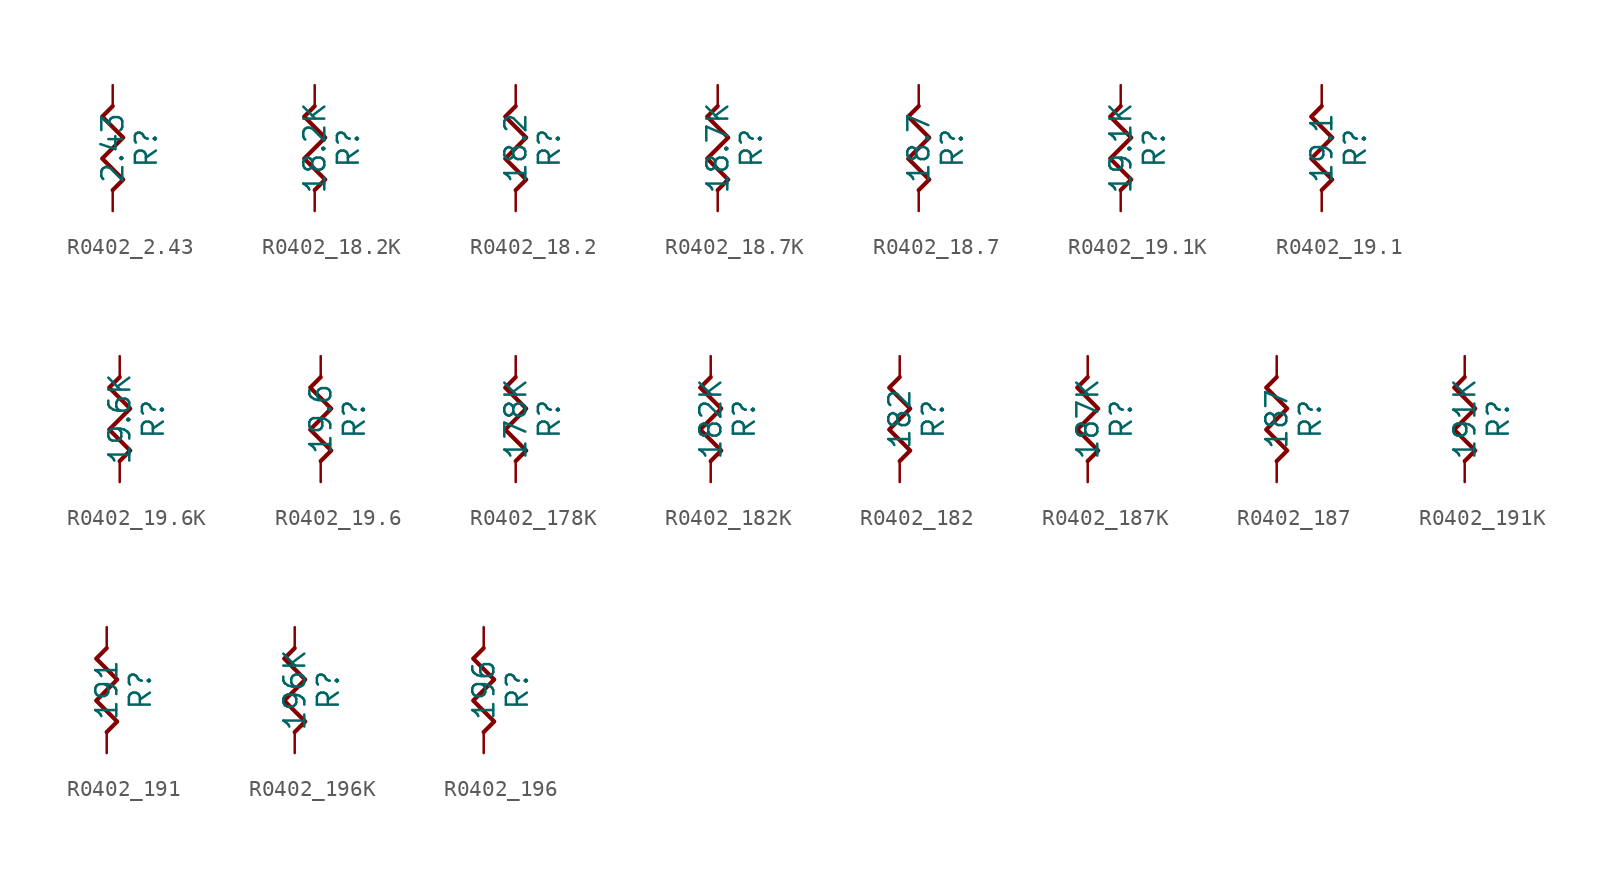
<source format=kicad_sym>
(kicad_symbol_lib
  (version 20211014)
  (generator atlantix-eda)
  (symbol "R0402_2.43"
    (pin_numbers hide)
    (pin_names
      (offset 0))
    (property "Reference" "R"
      (at 2.032 0 90)
      (effects (font (size 1.27 1.27))))
    (property "Value" "2.43"
      (at 0 0 90)
      (effects (font (size 1.27 1.27))))
    (symbol "R0402_2.43_0_1"
      (polyline (pts (xy 0 -2.54) (xy 0.635 -1.905) (xy -0.635 -0.635) (xy 0.635 0.635) (xy -0.635 1.905) (xy 0 2.54)) (stroke (width 0.254) (type default) (color 0 0 0 0)) (fill (type none))))
    (symbol "R0402_2.43_1_1"
      (pin passive line (at 0 3.81 270) (length 1.27) (name "~" (effects (font (size 1.27 1.27)))) (number "1" (effects (font (size 1.27 1.27)))))
      (pin passive line (at 0 -3.81 90) (length 1.27) (name "~" (effects (font (size 1.27 1.27)))) (number "2" (effects (font (size 1.27 1.27)))))))
  (symbol "R0402_18.2K"
    (pin_numbers hide)
    (pin_names
      (offset 0))
    (property "Reference" "R"
      (at 2.032 0 90)
      (effects (font (size 1.27 1.27))))
    (property "Value" "18.2K"
      (at 0 0 90)
      (effects (font (size 1.27 1.27))))
    (symbol "R0402_18.2K_0_1"
      (polyline (pts (xy 0 -2.54) (xy 0.635 -1.905) (xy -0.635 -0.635) (xy 0.635 0.635) (xy -0.635 1.905) (xy 0 2.54)) (stroke (width 0.254) (type default) (color 0 0 0 0)) (fill (type none))))
    (symbol "R0402_18.2K_1_1"
      (pin passive line (at 0 3.81 270) (length 1.27) (name "~" (effects (font (size 1.27 1.27)))) (number "1" (effects (font (size 1.27 1.27)))))
      (pin passive line (at 0 -3.81 90) (length 1.27) (name "~" (effects (font (size 1.27 1.27)))) (number "2" (effects (font (size 1.27 1.27)))))))
  (symbol "R0402_18.2"
    (pin_numbers hide)
    (pin_names
      (offset 0))
    (property "Reference" "R"
      (at 2.032 0 90)
      (effects (font (size 1.27 1.27))))
    (property "Value" "18.2"
      (at 0 0 90)
      (effects (font (size 1.27 1.27))))
    (symbol "R0402_18.2_0_1"
      (polyline (pts (xy 0 -2.54) (xy 0.635 -1.905) (xy -0.635 -0.635) (xy 0.635 0.635) (xy -0.635 1.905) (xy 0 2.54)) (stroke (width 0.254) (type default) (color 0 0 0 0)) (fill (type none))))
    (symbol "R0402_18.2_1_1"
      (pin passive line (at 0 3.81 270) (length 1.27) (name "~" (effects (font (size 1.27 1.27)))) (number "1" (effects (font (size 1.27 1.27)))))
      (pin passive line (at 0 -3.81 90) (length 1.27) (name "~" (effects (font (size 1.27 1.27)))) (number "2" (effects (font (size 1.27 1.27)))))))
  (symbol "R0402_18.7K"
    (pin_numbers hide)
    (pin_names
      (offset 0))
    (property "Reference" "R"
      (at 2.032 0 90)
      (effects (font (size 1.27 1.27))))
    (property "Value" "18.7K"
      (at 0 0 90)
      (effects (font (size 1.27 1.27))))
    (symbol "R0402_18.7K_0_1"
      (polyline (pts (xy 0 -2.54) (xy 0.635 -1.905) (xy -0.635 -0.635) (xy 0.635 0.635) (xy -0.635 1.905) (xy 0 2.54)) (stroke (width 0.254) (type default) (color 0 0 0 0)) (fill (type none))))
    (symbol "R0402_18.7K_1_1"
      (pin passive line (at 0 3.81 270) (length 1.27) (name "~" (effects (font (size 1.27 1.27)))) (number "1" (effects (font (size 1.27 1.27)))))
      (pin passive line (at 0 -3.81 90) (length 1.27) (name "~" (effects (font (size 1.27 1.27)))) (number "2" (effects (font (size 1.27 1.27)))))))
  (symbol "R0402_18.7"
    (pin_numbers hide)
    (pin_names
      (offset 0))
    (property "Reference" "R"
      (at 2.032 0 90)
      (effects (font (size 1.27 1.27))))
    (property "Value" "18.7"
      (at 0 0 90)
      (effects (font (size 1.27 1.27))))
    (symbol "R0402_18.7_0_1"
      (polyline (pts (xy 0 -2.54) (xy 0.635 -1.905) (xy -0.635 -0.635) (xy 0.635 0.635) (xy -0.635 1.905) (xy 0 2.54)) (stroke (width 0.254) (type default) (color 0 0 0 0)) (fill (type none))))
    (symbol "R0402_18.7_1_1"
      (pin passive line (at 0 3.81 270) (length 1.27) (name "~" (effects (font (size 1.27 1.27)))) (number "1" (effects (font (size 1.27 1.27)))))
      (pin passive line (at 0 -3.81 90) (length 1.27) (name "~" (effects (font (size 1.27 1.27)))) (number "2" (effects (font (size 1.27 1.27)))))))
  (symbol "R0402_19.1K"
    (pin_numbers hide)
    (pin_names
      (offset 0))
    (property "Reference" "R"
      (at 2.032 0 90)
      (effects (font (size 1.27 1.27))))
    (property "Value" "19.1K"
      (at 0 0 90)
      (effects (font (size 1.27 1.27))))
    (symbol "R0402_19.1K_0_1"
      (polyline (pts (xy 0 -2.54) (xy 0.635 -1.905) (xy -0.635 -0.635) (xy 0.635 0.635) (xy -0.635 1.905) (xy 0 2.54)) (stroke (width 0.254) (type default) (color 0 0 0 0)) (fill (type none))))
    (symbol "R0402_19.1K_1_1"
      (pin passive line (at 0 3.81 270) (length 1.27) (name "~" (effects (font (size 1.27 1.27)))) (number "1" (effects (font (size 1.27 1.27)))))
      (pin passive line (at 0 -3.81 90) (length 1.27) (name "~" (effects (font (size 1.27 1.27)))) (number "2" (effects (font (size 1.27 1.27)))))))
  (symbol "R0402_19.1"
    (pin_numbers hide)
    (pin_names
      (offset 0))
    (property "Reference" "R"
      (at 2.032 0 90)
      (effects (font (size 1.27 1.27))))
    (property "Value" "19.1"
      (at 0 0 90)
      (effects (font (size 1.27 1.27))))
    (symbol "R0402_19.1_0_1"
      (polyline (pts (xy 0 -2.54) (xy 0.635 -1.905) (xy -0.635 -0.635) (xy 0.635 0.635) (xy -0.635 1.905) (xy 0 2.54)) (stroke (width 0.254) (type default) (color 0 0 0 0)) (fill (type none))))
    (symbol "R0402_19.1_1_1"
      (pin passive line (at 0 3.81 270) (length 1.27) (name "~" (effects (font (size 1.27 1.27)))) (number "1" (effects (font (size 1.27 1.27)))))
      (pin passive line (at 0 -3.81 90) (length 1.27) (name "~" (effects (font (size 1.27 1.27)))) (number "2" (effects (font (size 1.27 1.27)))))))
  (symbol "R0402_19.6K"
    (pin_numbers hide)
    (pin_names
      (offset 0))
    (property "Reference" "R"
      (at 2.032 0 90)
      (effects (font (size 1.27 1.27))))
    (property "Value" "19.6K"
      (at 0 0 90)
      (effects (font (size 1.27 1.27))))
    (symbol "R0402_19.6K_0_1"
      (polyline (pts (xy 0 -2.54) (xy 0.635 -1.905) (xy -0.635 -0.635) (xy 0.635 0.635) (xy -0.635 1.905) (xy 0 2.54)) (stroke (width 0.254) (type default) (color 0 0 0 0)) (fill (type none))))
    (symbol "R0402_19.6K_1_1"
      (pin passive line (at 0 3.81 270) (length 1.27) (name "~" (effects (font (size 1.27 1.27)))) (number "1" (effects (font (size 1.27 1.27)))))
      (pin passive line (at 0 -3.81 90) (length 1.27) (name "~" (effects (font (size 1.27 1.27)))) (number "2" (effects (font (size 1.27 1.27)))))))
  (symbol "R0402_19.6"
    (pin_numbers hide)
    (pin_names
      (offset 0))
    (property "Reference" "R"
      (at 2.032 0 90)
      (effects (font (size 1.27 1.27))))
    (property "Value" "19.6"
      (at 0 0 90)
      (effects (font (size 1.27 1.27))))
    (symbol "R0402_19.6_0_1"
      (polyline (pts (xy 0 -2.54) (xy 0.635 -1.905) (xy -0.635 -0.635) (xy 0.635 0.635) (xy -0.635 1.905) (xy 0 2.54)) (stroke (width 0.254) (type default) (color 0 0 0 0)) (fill (type none))))
    (symbol "R0402_19.6_1_1"
      (pin passive line (at 0 3.81 270) (length 1.27) (name "~" (effects (font (size 1.27 1.27)))) (number "1" (effects (font (size 1.27 1.27)))))
      (pin passive line (at 0 -3.81 90) (length 1.27) (name "~" (effects (font (size 1.27 1.27)))) (number "2" (effects (font (size 1.27 1.27)))))))
  (symbol "R0402_178K"
    (pin_numbers hide)
    (pin_names
      (offset 0))
    (property "Reference" "R"
      (at 2.032 0 90)
      (effects (font (size 1.27 1.27))))
    (property "Value" "178K"
      (at 0 0 90)
      (effects (font (size 1.27 1.27))))
    (symbol "R0402_178K_0_1"
      (polyline (pts (xy 0 -2.54) (xy 0.635 -1.905) (xy -0.635 -0.635) (xy 0.635 0.635) (xy -0.635 1.905) (xy 0 2.54)) (stroke (width 0.254) (type default) (color 0 0 0 0)) (fill (type none))))
    (symbol "R0402_178K_1_1"
      (pin passive line (at 0 3.81 270) (length 1.27) (name "~" (effects (font (size 1.27 1.27)))) (number "1" (effects (font (size 1.27 1.27)))))
      (pin passive line (at 0 -3.81 90) (length 1.27) (name "~" (effects (font (size 1.27 1.27)))) (number "2" (effects (font (size 1.27 1.27)))))))
  (symbol "R0402_182K"
    (pin_numbers hide)
    (pin_names
      (offset 0))
    (property "Reference" "R"
      (at 2.032 0 90)
      (effects (font (size 1.27 1.27))))
    (property "Value" "182K"
      (at 0 0 90)
      (effects (font (size 1.27 1.27))))
    (symbol "R0402_182K_0_1"
      (polyline (pts (xy 0 -2.54) (xy 0.635 -1.905) (xy -0.635 -0.635) (xy 0.635 0.635) (xy -0.635 1.905) (xy 0 2.54)) (stroke (width 0.254) (type default) (color 0 0 0 0)) (fill (type none))))
    (symbol "R0402_182K_1_1"
      (pin passive line (at 0 3.81 270) (length 1.27) (name "~" (effects (font (size 1.27 1.27)))) (number "1" (effects (font (size 1.27 1.27)))))
      (pin passive line (at 0 -3.81 90) (length 1.27) (name "~" (effects (font (size 1.27 1.27)))) (number "2" (effects (font (size 1.27 1.27)))))))
  (symbol "R0402_182"
    (pin_numbers hide)
    (pin_names
      (offset 0))
    (property "Reference" "R"
      (at 2.032 0 90)
      (effects (font (size 1.27 1.27))))
    (property "Value" "182"
      (at 0 0 90)
      (effects (font (size 1.27 1.27))))
    (symbol "R0402_182_0_1"
      (polyline (pts (xy 0 -2.54) (xy 0.635 -1.905) (xy -0.635 -0.635) (xy 0.635 0.635) (xy -0.635 1.905) (xy 0 2.54)) (stroke (width 0.254) (type default) (color 0 0 0 0)) (fill (type none))))
    (symbol "R0402_182_1_1"
      (pin passive line (at 0 3.81 270) (length 1.27) (name "~" (effects (font (size 1.27 1.27)))) (number "1" (effects (font (size 1.27 1.27)))))
      (pin passive line (at 0 -3.81 90) (length 1.27) (name "~" (effects (font (size 1.27 1.27)))) (number "2" (effects (font (size 1.27 1.27)))))))
  (symbol "R0402_187K"
    (pin_numbers hide)
    (pin_names
      (offset 0))
    (property "Reference" "R"
      (at 2.032 0 90)
      (effects (font (size 1.27 1.27))))
    (property "Value" "187K"
      (at 0 0 90)
      (effects (font (size 1.27 1.27))))
    (symbol "R0402_187K_0_1"
      (polyline (pts (xy 0 -2.54) (xy 0.635 -1.905) (xy -0.635 -0.635) (xy 0.635 0.635) (xy -0.635 1.905) (xy 0 2.54)) (stroke (width 0.254) (type default) (color 0 0 0 0)) (fill (type none))))
    (symbol "R0402_187K_1_1"
      (pin passive line (at 0 3.81 270) (length 1.27) (name "~" (effects (font (size 1.27 1.27)))) (number "1" (effects (font (size 1.27 1.27)))))
      (pin passive line (at 0 -3.81 90) (length 1.27) (name "~" (effects (font (size 1.27 1.27)))) (number "2" (effects (font (size 1.27 1.27)))))))
  (symbol "R0402_187"
    (pin_numbers hide)
    (pin_names
      (offset 0))
    (property "Reference" "R"
      (at 2.032 0 90)
      (effects (font (size 1.27 1.27))))
    (property "Value" "187"
      (at 0 0 90)
      (effects (font (size 1.27 1.27))))
    (symbol "R0402_187_0_1"
      (polyline (pts (xy 0 -2.54) (xy 0.635 -1.905) (xy -0.635 -0.635) (xy 0.635 0.635) (xy -0.635 1.905) (xy 0 2.54)) (stroke (width 0.254) (type default) (color 0 0 0 0)) (fill (type none))))
    (symbol "R0402_187_1_1"
      (pin passive line (at 0 3.81 270) (length 1.27) (name "~" (effects (font (size 1.27 1.27)))) (number "1" (effects (font (size 1.27 1.27)))))
      (pin passive line (at 0 -3.81 90) (length 1.27) (name "~" (effects (font (size 1.27 1.27)))) (number "2" (effects (font (size 1.27 1.27)))))))
  (symbol "R0402_191K"
    (pin_numbers hide)
    (pin_names
      (offset 0))
    (property "Reference" "R"
      (at 2.032 0 90)
      (effects (font (size 1.27 1.27))))
    (property "Value" "191K"
      (at 0 0 90)
      (effects (font (size 1.27 1.27))))
    (symbol "R0402_191K_0_1"
      (polyline (pts (xy 0 -2.54) (xy 0.635 -1.905) (xy -0.635 -0.635) (xy 0.635 0.635) (xy -0.635 1.905) (xy 0 2.54)) (stroke (width 0.254) (type default) (color 0 0 0 0)) (fill (type none))))
    (symbol "R0402_191K_1_1"
      (pin passive line (at 0 3.81 270) (length 1.27) (name "~" (effects (font (size 1.27 1.27)))) (number "1" (effects (font (size 1.27 1.27)))))
      (pin passive line (at 0 -3.81 90) (length 1.27) (name "~" (effects (font (size 1.27 1.27)))) (number "2" (effects (font (size 1.27 1.27)))))))
  (symbol "R0402_191"
    (pin_numbers hide)
    (pin_names
      (offset 0))
    (property "Reference" "R"
      (at 2.032 0 90)
      (effects (font (size 1.27 1.27))))
    (property "Value" "191"
      (at 0 0 90)
      (effects (font (size 1.27 1.27))))
    (symbol "R0402_191_0_1"
      (polyline (pts (xy 0 -2.54) (xy 0.635 -1.905) (xy -0.635 -0.635) (xy 0.635 0.635) (xy -0.635 1.905) (xy 0 2.54)) (stroke (width 0.254) (type default) (color 0 0 0 0)) (fill (type none))))
    (symbol "R0402_191_1_1"
      (pin passive line (at 0 3.81 270) (length 1.27) (name "~" (effects (font (size 1.27 1.27)))) (number "1" (effects (font (size 1.27 1.27)))))
      (pin passive line (at 0 -3.81 90) (length 1.27) (name "~" (effects (font (size 1.27 1.27)))) (number "2" (effects (font (size 1.27 1.27)))))))
  (symbol "R0402_196K"
    (pin_numbers hide)
    (pin_names
      (offset 0))
    (property "Reference" "R"
      (at 2.032 0 90)
      (effects (font (size 1.27 1.27))))
    (property "Value" "196K"
      (at 0 0 90)
      (effects (font (size 1.27 1.27))))
    (symbol "R0402_196K_0_1"
      (polyline (pts (xy 0 -2.54) (xy 0.635 -1.905) (xy -0.635 -0.635) (xy 0.635 0.635) (xy -0.635 1.905) (xy 0 2.54)) (stroke (width 0.254) (type default) (color 0 0 0 0)) (fill (type none))))
    (symbol "R0402_196K_1_1"
      (pin passive line (at 0 3.81 270) (length 1.27) (name "~" (effects (font (size 1.27 1.27)))) (number "1" (effects (font (size 1.27 1.27)))))
      (pin passive line (at 0 -3.81 90) (length 1.27) (name "~" (effects (font (size 1.27 1.27)))) (number "2" (effects (font (size 1.27 1.27)))))))
  (symbol "R0402_196"
    (pin_numbers hide)
    (pin_names
      (offset 0))
    (property "Reference" "R"
      (at 2.032 0 90)
      (effects (font (size 1.27 1.27))))
    (property "Value" "196"
      (at 0 0 90)
      (effects (font (size 1.27 1.27))))
    (symbol "R0402_196_0_1"
      (polyline (pts (xy 0 -2.54) (xy 0.635 -1.905) (xy -0.635 -0.635) (xy 0.635 0.635) (xy -0.635 1.905) (xy 0 2.54)) (stroke (width 0.254) (type default) (color 0 0 0 0)) (fill (type none))))
    (symbol "R0402_196_1_1"
      (pin passive line (at 0 3.81 270) (length 1.27) (name "~" (effects (font (size 1.27 1.27)))) (number "1" (effects (font (size 1.27 1.27)))))
      (pin passive line (at 0 -3.81 90) (length 1.27) (name "~" (effects (font (size 1.27 1.27)))) (number "2" (effects (font (size 1.27 1.27))))))))
</source>
